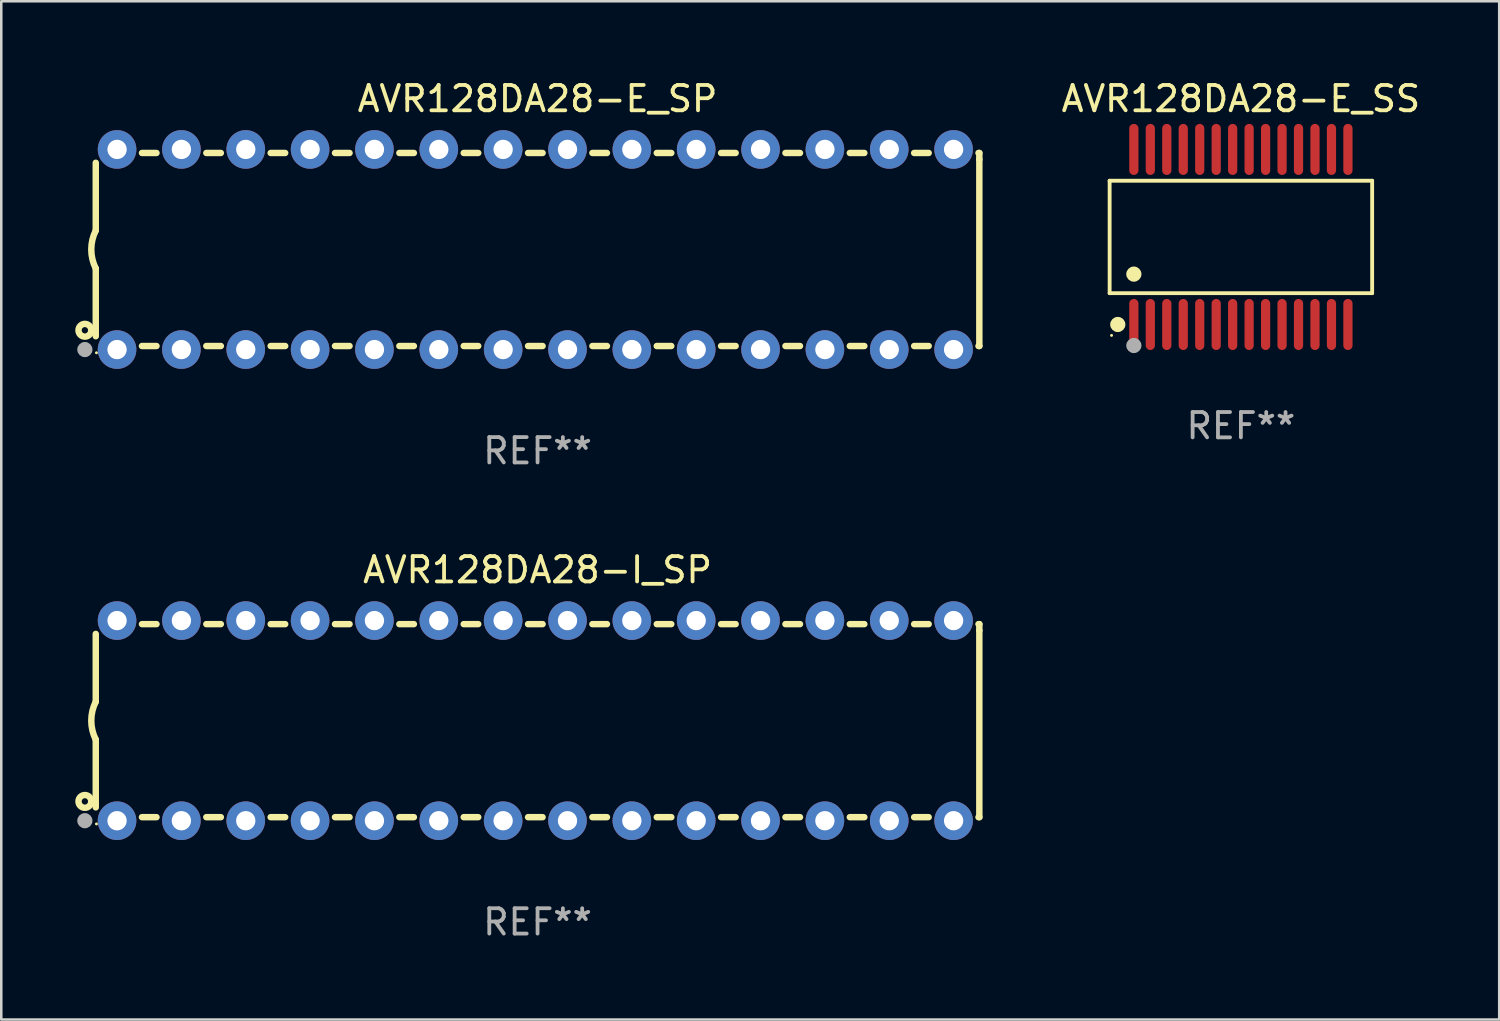
<source format=kicad_pcb>
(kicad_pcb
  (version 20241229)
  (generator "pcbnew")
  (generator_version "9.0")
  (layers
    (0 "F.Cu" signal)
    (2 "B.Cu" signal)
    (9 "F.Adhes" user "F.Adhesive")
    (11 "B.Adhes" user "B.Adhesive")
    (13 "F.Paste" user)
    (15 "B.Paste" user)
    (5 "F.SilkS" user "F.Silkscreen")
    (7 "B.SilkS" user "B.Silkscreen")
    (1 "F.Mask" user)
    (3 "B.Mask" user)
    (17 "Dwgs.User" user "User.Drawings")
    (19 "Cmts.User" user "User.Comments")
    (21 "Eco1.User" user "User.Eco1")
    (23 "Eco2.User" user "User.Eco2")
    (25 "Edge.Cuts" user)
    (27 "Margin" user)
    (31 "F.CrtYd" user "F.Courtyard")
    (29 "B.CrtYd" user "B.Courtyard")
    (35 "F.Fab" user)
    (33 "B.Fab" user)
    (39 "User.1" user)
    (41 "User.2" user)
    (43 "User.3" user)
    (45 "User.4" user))
  (footprint "AVR128DA28-E_SP"
    (layer "F.Cu")
    (at 18.168 6.798)
    (property "Reference" "AVR128DA28-E_SP" (at 0 -5.95 0) (layer "F.SilkS") (effects (font (size 1 1) (thickness 0.15))))
    (attr through_hole)
    (fp_line (start -17.438 0.75) (end -17.438 3.423) (stroke (width 0.254) (type solid)) (layer "F.SilkS"))
    (fp_line (start -17.438 -3.423) (end -17.438 -0.75) (stroke (width 0.254) (type solid)) (layer "F.SilkS"))
    (fp_line (start -15.615 3.81) (end -15.041 3.81) (stroke (width 0.254) (type solid)) (layer "F.SilkS"))
    (fp_line (start -15.041 -3.81) (end -15.614 -3.81) (stroke (width 0.254) (type solid)) (layer "F.SilkS"))
    (fp_line (start -13.075 3.81) (end -12.501 3.81) (stroke (width 0.254) (type solid)) (layer "F.SilkS"))
    (fp_line (start -12.501 -3.81) (end -13.074 -3.81) (stroke (width 0.254) (type solid)) (layer "F.SilkS"))
    (fp_line (start -10.535 3.81) (end -9.961 3.81) (stroke (width 0.254) (type solid)) (layer "F.SilkS"))
    (fp_line (start -9.961 -3.81) (end -10.534 -3.81) (stroke (width 0.254) (type solid)) (layer "F.SilkS"))
    (fp_line (start -7.995 3.81) (end -7.421 3.81) (stroke (width 0.254) (type solid)) (layer "F.SilkS"))
    (fp_line (start -7.421 -3.81) (end -7.995 -3.81) (stroke (width 0.254) (type solid)) (layer "F.SilkS"))
    (fp_line (start -5.455 3.81) (end -4.881 3.81) (stroke (width 0.254) (type solid)) (layer "F.SilkS"))
    (fp_line (start -4.881 -3.81) (end -5.455 -3.81) (stroke (width 0.254) (type solid)) (layer "F.SilkS"))
    (fp_line (start -2.915 3.81) (end -2.341 3.81) (stroke (width 0.254) (type solid)) (layer "F.SilkS"))
    (fp_line (start -2.341 -3.81) (end -2.915 -3.81) (stroke (width 0.254) (type solid)) (layer "F.SilkS"))
    (fp_line (start -0.375 3.81) (end 0.199 3.81) (stroke (width 0.254) (type solid)) (layer "F.SilkS"))
    (fp_line (start 0.199 -3.81) (end -0.375 -3.81) (stroke (width 0.254) (type solid)) (layer "F.SilkS"))
    (fp_line (start 2.165 3.81) (end 2.739 3.81) (stroke (width 0.254) (type solid)) (layer "F.SilkS"))
    (fp_line (start 2.739 -3.81) (end 2.165 -3.81) (stroke (width 0.254) (type solid)) (layer "F.SilkS"))
    (fp_line (start 4.705 3.81) (end 5.279 3.81) (stroke (width 0.254) (type solid)) (layer "F.SilkS"))
    (fp_line (start 5.279 -3.81) (end 4.705 -3.81) (stroke (width 0.254) (type solid)) (layer "F.SilkS"))
    (fp_line (start 7.245 3.81) (end 7.819 3.81) (stroke (width 0.254) (type solid)) (layer "F.SilkS"))
    (fp_line (start 7.819 -3.81) (end 7.245 -3.81) (stroke (width 0.254) (type solid)) (layer "F.SilkS"))
    (fp_line (start 9.785 3.81) (end 10.359 3.81) (stroke (width 0.254) (type solid)) (layer "F.SilkS"))
    (fp_line (start 10.359 -3.81) (end 9.785 -3.81) (stroke (width 0.254) (type solid)) (layer "F.SilkS"))
    (fp_line (start 12.325 3.81) (end 12.899 3.81) (stroke (width 0.254) (type solid)) (layer "F.SilkS"))
    (fp_line (start 12.899 -3.81) (end 12.325 -3.81) (stroke (width 0.254) (type solid)) (layer "F.SilkS"))
    (fp_line (start 14.865 3.81) (end 15.439 3.81) (stroke (width 0.254) (type solid)) (layer "F.SilkS"))
    (fp_line (start 15.439 -3.81) (end 14.865 -3.81) (stroke (width 0.254) (type solid)) (layer "F.SilkS"))
    (fp_line (start 17.405 3.81) (end 17.438 3.81) (stroke (width 0.254) (type solid)) (layer "F.SilkS"))
    (fp_line (start 17.438 -3.81) (end 17.405 -3.81) (stroke (width 0.254) (type solid)) (layer "F.SilkS"))
    (fp_line (start 17.438 -3.556) (end 17.438 -3.81) (stroke (width 0.254) (type solid)) (layer "F.SilkS"))
    (fp_line (start 17.438 3.81) (end 17.438 -3.556) (stroke (width 0.254) (type solid)) (layer "F.SilkS"))
    (fp_arc (start -17.437986 0.749657) (mid -17.614887 -0.000024) (end -17.437783 -0.749657) (stroke (width 0.254001) (type solid)) (layer "F.SilkS"))
    (fp_circle (center -17.868 3.188) (end -17.743 3.188) (stroke (width 0.254) (type solid)) (fill no) (layer "F.SilkS"))
    (fp_circle (center -17.411 4.077) (end -17.381 4.077) (stroke (width 0.06) (type solid)) (fill no) (layer "F.SilkS"))
    (fp_circle (center -17.868 3.95) (end -17.718 3.95) (stroke (width 0.3) (type solid)) (fill no) (layer "F.Fab"))
    (fp_text user "REF**" (at 0 7.95 0) (layer "F.Fab") (effects (font (size 1 1) (thickness 0.15))))
    (pad "1" thru_hole circle (at -16.598 3.95) (size 1.524 1.524) (drill 0.762) (layers "*.Cu" "*.Mask"))
    (pad "2" thru_hole circle (at -14.058 3.95) (size 1.524 1.524) (drill 0.762) (layers "*.Cu" "*.Mask"))
    (pad "3" thru_hole circle (at -11.518 3.95) (size 1.524 1.524) (drill 0.762) (layers "*.Cu" "*.Mask"))
    (pad "4" thru_hole circle (at -8.978 3.95) (size 1.524 1.524) (drill 0.762) (layers "*.Cu" "*.Mask"))
    (pad "5" thru_hole circle (at -6.438 3.95) (size 1.524 1.524) (drill 0.762) (layers "*.Cu" "*.Mask"))
    (pad "6" thru_hole circle (at -3.898 3.95) (size 1.524 1.524) (drill 0.762) (layers "*.Cu" "*.Mask"))
    (pad "7" thru_hole circle (at -1.358 3.95) (size 1.524 1.524) (drill 0.762) (layers "*.Cu" "*.Mask"))
    (pad "8" thru_hole circle (at 1.182 3.95) (size 1.524 1.524) (drill 0.762) (layers "*.Cu" "*.Mask"))
    (pad "9" thru_hole circle (at 3.722 3.95) (size 1.524 1.524) (drill 0.762) (layers "*.Cu" "*.Mask"))
    (pad "10" thru_hole circle (at 6.262 3.95) (size 1.524 1.524) (drill 0.762) (layers "*.Cu" "*.Mask"))
    (pad "11" thru_hole circle (at 8.802 3.95) (size 1.524 1.524) (drill 0.762) (layers "*.Cu" "*.Mask"))
    (pad "12" thru_hole circle (at 11.342 3.95) (size 1.524 1.524) (drill 0.762) (layers "*.Cu" "*.Mask"))
    (pad "13" thru_hole circle (at 13.882 3.95) (size 1.524 1.524) (drill 0.762) (layers "*.Cu" "*.Mask"))
    (pad "14" thru_hole circle (at 16.422 3.95) (size 1.524 1.524) (drill 0.762) (layers "*.Cu" "*.Mask"))
    (pad "15" thru_hole circle (at 16.422 -3.95) (size 1.524 1.524) (drill 0.762) (layers "*.Cu" "*.Mask"))
    (pad "16" thru_hole circle (at 13.882 -3.95) (size 1.524 1.524) (drill 0.762) (layers "*.Cu" "*.Mask"))
    (pad "17" thru_hole circle (at 11.342 -3.95) (size 1.524 1.524) (drill 0.762) (layers "*.Cu" "*.Mask"))
    (pad "18" thru_hole circle (at 8.802 -3.95) (size 1.524 1.524) (drill 0.762) (layers "*.Cu" "*.Mask"))
    (pad "19" thru_hole circle (at 6.262 -3.95) (size 1.524 1.524) (drill 0.762) (layers "*.Cu" "*.Mask"))
    (pad "20" thru_hole circle (at 3.722 -3.95) (size 1.524 1.524) (drill 0.762) (layers "*.Cu" "*.Mask"))
    (pad "21" thru_hole circle (at 1.182 -3.95) (size 1.524 1.524) (drill 0.762) (layers "*.Cu" "*.Mask"))
    (pad "22" thru_hole circle (at -1.358 -3.95) (size 1.524 1.524) (drill 0.762) (layers "*.Cu" "*.Mask"))
    (pad "23" thru_hole circle (at -3.898 -3.95) (size 1.524 1.524) (drill 0.762) (layers "*.Cu" "*.Mask"))
    (pad "24" thru_hole circle (at -6.438 -3.95) (size 1.524 1.524) (drill 0.762) (layers "*.Cu" "*.Mask"))
    (pad "25" thru_hole circle (at -8.978 -3.95) (size 1.524 1.524) (drill 0.762) (layers "*.Cu" "*.Mask"))
    (pad "26" thru_hole circle (at -11.517 -3.95) (size 1.524 1.524) (drill 0.762) (layers "*.Cu" "*.Mask"))
    (pad "27" thru_hole circle (at -14.057 -3.95) (size 1.524 1.524) (drill 0.762) (layers "*.Cu" "*.Mask"))
    (pad "28" thru_hole circle (at -16.597 -3.95) (size 1.524 1.524) (drill 0.762) (layers "*.Cu" "*.Mask")))
  (footprint "AVR128DA28-I_SP"
    (layer "F.Cu")
    (at 18.168 25.395)
    (property "Reference" "AVR128DA28-I_SP" (at 0 -5.95 0) (layer "F.SilkS") (effects (font (size 1 1) (thickness 0.15))))
    (attr through_hole)
    (fp_line (start -17.438 0.75) (end -17.438 3.423) (stroke (width 0.254) (type solid)) (layer "F.SilkS"))
    (fp_line (start -17.438 -3.423) (end -17.438 -0.75) (stroke (width 0.254) (type solid)) (layer "F.SilkS"))
    (fp_line (start -15.615 3.81) (end -15.041 3.81) (stroke (width 0.254) (type solid)) (layer "F.SilkS"))
    (fp_line (start -15.041 -3.81) (end -15.614 -3.81) (stroke (width 0.254) (type solid)) (layer "F.SilkS"))
    (fp_line (start -13.075 3.81) (end -12.501 3.81) (stroke (width 0.254) (type solid)) (layer "F.SilkS"))
    (fp_line (start -12.501 -3.81) (end -13.074 -3.81) (stroke (width 0.254) (type solid)) (layer "F.SilkS"))
    (fp_line (start -10.535 3.81) (end -9.961 3.81) (stroke (width 0.254) (type solid)) (layer "F.SilkS"))
    (fp_line (start -9.961 -3.81) (end -10.534 -3.81) (stroke (width 0.254) (type solid)) (layer "F.SilkS"))
    (fp_line (start -7.995 3.81) (end -7.421 3.81) (stroke (width 0.254) (type solid)) (layer "F.SilkS"))
    (fp_line (start -7.421 -3.81) (end -7.995 -3.81) (stroke (width 0.254) (type solid)) (layer "F.SilkS"))
    (fp_line (start -5.455 3.81) (end -4.881 3.81) (stroke (width 0.254) (type solid)) (layer "F.SilkS"))
    (fp_line (start -4.881 -3.81) (end -5.455 -3.81) (stroke (width 0.254) (type solid)) (layer "F.SilkS"))
    (fp_line (start -2.915 3.81) (end -2.341 3.81) (stroke (width 0.254) (type solid)) (layer "F.SilkS"))
    (fp_line (start -2.341 -3.81) (end -2.915 -3.81) (stroke (width 0.254) (type solid)) (layer "F.SilkS"))
    (fp_line (start -0.375 3.81) (end 0.199 3.81) (stroke (width 0.254) (type solid)) (layer "F.SilkS"))
    (fp_line (start 0.199 -3.81) (end -0.375 -3.81) (stroke (width 0.254) (type solid)) (layer "F.SilkS"))
    (fp_line (start 2.165 3.81) (end 2.739 3.81) (stroke (width 0.254) (type solid)) (layer "F.SilkS"))
    (fp_line (start 2.739 -3.81) (end 2.165 -3.81) (stroke (width 0.254) (type solid)) (layer "F.SilkS"))
    (fp_line (start 4.705 3.81) (end 5.279 3.81) (stroke (width 0.254) (type solid)) (layer "F.SilkS"))
    (fp_line (start 5.279 -3.81) (end 4.705 -3.81) (stroke (width 0.254) (type solid)) (layer "F.SilkS"))
    (fp_line (start 7.245 3.81) (end 7.819 3.81) (stroke (width 0.254) (type solid)) (layer "F.SilkS"))
    (fp_line (start 7.819 -3.81) (end 7.245 -3.81) (stroke (width 0.254) (type solid)) (layer "F.SilkS"))
    (fp_line (start 9.785 3.81) (end 10.359 3.81) (stroke (width 0.254) (type solid)) (layer "F.SilkS"))
    (fp_line (start 10.359 -3.81) (end 9.785 -3.81) (stroke (width 0.254) (type solid)) (layer "F.SilkS"))
    (fp_line (start 12.325 3.81) (end 12.899 3.81) (stroke (width 0.254) (type solid)) (layer "F.SilkS"))
    (fp_line (start 12.899 -3.81) (end 12.325 -3.81) (stroke (width 0.254) (type solid)) (layer "F.SilkS"))
    (fp_line (start 14.865 3.81) (end 15.439 3.81) (stroke (width 0.254) (type solid)) (layer "F.SilkS"))
    (fp_line (start 15.439 -3.81) (end 14.865 -3.81) (stroke (width 0.254) (type solid)) (layer "F.SilkS"))
    (fp_line (start 17.405 3.81) (end 17.438 3.81) (stroke (width 0.254) (type solid)) (layer "F.SilkS"))
    (fp_line (start 17.438 -3.81) (end 17.405 -3.81) (stroke (width 0.254) (type solid)) (layer "F.SilkS"))
    (fp_line (start 17.438 -3.556) (end 17.438 -3.81) (stroke (width 0.254) (type solid)) (layer "F.SilkS"))
    (fp_line (start 17.438 3.81) (end 17.438 -3.556) (stroke (width 0.254) (type solid)) (layer "F.SilkS"))
    (fp_arc (start -17.437986 0.749657) (mid -17.614887 -0.000024) (end -17.437783 -0.749657) (stroke (width 0.254001) (type solid)) (layer "F.SilkS"))
    (fp_circle (center -17.868 3.188) (end -17.743 3.188) (stroke (width 0.254) (type solid)) (fill no) (layer "F.SilkS"))
    (fp_circle (center -17.411 4.077) (end -17.381 4.077) (stroke (width 0.06) (type solid)) (fill no) (layer "F.SilkS"))
    (fp_circle (center -17.868 3.95) (end -17.718 3.95) (stroke (width 0.3) (type solid)) (fill no) (layer "F.Fab"))
    (fp_text user "REF**" (at 0 7.95 0) (layer "F.Fab") (effects (font (size 1 1) (thickness 0.15))))
    (pad "1" thru_hole circle (at -16.598 3.95) (size 1.524 1.524) (drill 0.762) (layers "*.Cu" "*.Mask"))
    (pad "2" thru_hole circle (at -14.058 3.95) (size 1.524 1.524) (drill 0.762) (layers "*.Cu" "*.Mask"))
    (pad "3" thru_hole circle (at -11.518 3.95) (size 1.524 1.524) (drill 0.762) (layers "*.Cu" "*.Mask"))
    (pad "4" thru_hole circle (at -8.978 3.95) (size 1.524 1.524) (drill 0.762) (layers "*.Cu" "*.Mask"))
    (pad "5" thru_hole circle (at -6.438 3.95) (size 1.524 1.524) (drill 0.762) (layers "*.Cu" "*.Mask"))
    (pad "6" thru_hole circle (at -3.898 3.95) (size 1.524 1.524) (drill 0.762) (layers "*.Cu" "*.Mask"))
    (pad "7" thru_hole circle (at -1.358 3.95) (size 1.524 1.524) (drill 0.762) (layers "*.Cu" "*.Mask"))
    (pad "8" thru_hole circle (at 1.182 3.95) (size 1.524 1.524) (drill 0.762) (layers "*.Cu" "*.Mask"))
    (pad "9" thru_hole circle (at 3.722 3.95) (size 1.524 1.524) (drill 0.762) (layers "*.Cu" "*.Mask"))
    (pad "10" thru_hole circle (at 6.262 3.95) (size 1.524 1.524) (drill 0.762) (layers "*.Cu" "*.Mask"))
    (pad "11" thru_hole circle (at 8.802 3.95) (size 1.524 1.524) (drill 0.762) (layers "*.Cu" "*.Mask"))
    (pad "12" thru_hole circle (at 11.342 3.95) (size 1.524 1.524) (drill 0.762) (layers "*.Cu" "*.Mask"))
    (pad "13" thru_hole circle (at 13.882 3.95) (size 1.524 1.524) (drill 0.762) (layers "*.Cu" "*.Mask"))
    (pad "14" thru_hole circle (at 16.422 3.95) (size 1.524 1.524) (drill 0.762) (layers "*.Cu" "*.Mask"))
    (pad "15" thru_hole circle (at 16.422 -3.95) (size 1.524 1.524) (drill 0.762) (layers "*.Cu" "*.Mask"))
    (pad "16" thru_hole circle (at 13.882 -3.95) (size 1.524 1.524) (drill 0.762) (layers "*.Cu" "*.Mask"))
    (pad "17" thru_hole circle (at 11.342 -3.95) (size 1.524 1.524) (drill 0.762) (layers "*.Cu" "*.Mask"))
    (pad "18" thru_hole circle (at 8.802 -3.95) (size 1.524 1.524) (drill 0.762) (layers "*.Cu" "*.Mask"))
    (pad "19" thru_hole circle (at 6.262 -3.95) (size 1.524 1.524) (drill 0.762) (layers "*.Cu" "*.Mask"))
    (pad "20" thru_hole circle (at 3.722 -3.95) (size 1.524 1.524) (drill 0.762) (layers "*.Cu" "*.Mask"))
    (pad "21" thru_hole circle (at 1.182 -3.95) (size 1.524 1.524) (drill 0.762) (layers "*.Cu" "*.Mask"))
    (pad "22" thru_hole circle (at -1.358 -3.95) (size 1.524 1.524) (drill 0.762) (layers "*.Cu" "*.Mask"))
    (pad "23" thru_hole circle (at -3.898 -3.95) (size 1.524 1.524) (drill 0.762) (layers "*.Cu" "*.Mask"))
    (pad "24" thru_hole circle (at -6.438 -3.95) (size 1.524 1.524) (drill 0.762) (layers "*.Cu" "*.Mask"))
    (pad "25" thru_hole circle (at -8.978 -3.95) (size 1.524 1.524) (drill 0.762) (layers "*.Cu" "*.Mask"))
    (pad "26" thru_hole circle (at -11.517 -3.95) (size 1.524 1.524) (drill 0.762) (layers "*.Cu" "*.Mask"))
    (pad "27" thru_hole circle (at -14.057 -3.95) (size 1.524 1.524) (drill 0.762) (layers "*.Cu" "*.Mask"))
    (pad "28" thru_hole circle (at -16.597 -3.95) (size 1.524 1.524) (drill 0.762) (layers "*.Cu" "*.Mask")))
  (footprint "AVR128DA28-E_SS"
    (layer "F.Cu")
    (at 45.93 6.303)
    (property "Reference" "AVR128DA28-E_SS" (at 0 -5.455 0) (layer "F.SilkS") (effects (font (size 1 1) (thickness 0.15))))
    (attr through_hole)
    (fp_line (start -5.181 -2.219) (end 5.181 -2.219) (stroke (width 0.152) (type solid)) (layer "F.SilkS"))
    (fp_line (start -5.181 2.219) (end -5.181 -2.219) (stroke (width 0.152) (type solid)) (layer "F.SilkS"))
    (fp_line (start 5.181 -2.219) (end 5.181 2.219) (stroke (width 0.152) (type solid)) (layer "F.SilkS"))
    (fp_line (start 5.181 2.219) (end -5.181 2.219) (stroke (width 0.152) (type solid)) (layer "F.SilkS"))
    (fp_circle (center -5.105 3.885) (end -5.075 3.885) (stroke (width 0.06) (type solid)) (fill no) (layer "F.SilkS"))
    (fp_circle (center -4.859 3.455) (end -4.709 3.455) (stroke (width 0.3) (type solid)) (fill no) (layer "F.SilkS"))
    (fp_circle (center -4.225 1.467) (end -4.075 1.467) (stroke (width 0.3) (type solid)) (fill no) (layer "F.SilkS"))
    (fp_circle (center -4.225 4.285) (end -4.075 4.285) (stroke (width 0.3) (type solid)) (fill no) (layer "F.Fab"))
    (fp_text user "REF**" (at 0 7.455 0) (layer "F.Fab") (effects (font (size 1 1) (thickness 0.15))))
    (pad "1" smd oval (at -4.225 3.455) (size 0.364 2.015) (layers "F.Cu" "F.Mask" "F.Paste"))
    (pad "2" smd oval (at -3.575 3.455) (size 0.364 2.015) (layers "F.Cu" "F.Mask" "F.Paste"))
    (pad "3" smd oval (at -2.925 3.455) (size 0.364 2.015) (layers "F.Cu" "F.Mask" "F.Paste"))
    (pad "4" smd oval (at -2.275 3.455) (size 0.364 2.015) (layers "F.Cu" "F.Mask" "F.Paste"))
    (pad "5" smd oval (at -1.625 3.455) (size 0.364 2.015) (layers "F.Cu" "F.Mask" "F.Paste"))
    (pad "6" smd oval (at -0.975 3.455) (size 0.364 2.015) (layers "F.Cu" "F.Mask" "F.Paste"))
    (pad "7" smd oval (at -0.325 3.455) (size 0.364 2.015) (layers "F.Cu" "F.Mask" "F.Paste"))
    (pad "8" smd oval (at 0.325 3.455) (size 0.364 2.015) (layers "F.Cu" "F.Mask" "F.Paste"))
    (pad "9" smd oval (at 0.975 3.455) (size 0.364 2.015) (layers "F.Cu" "F.Mask" "F.Paste"))
    (pad "10" smd oval (at 1.625 3.455) (size 0.364 2.015) (layers "F.Cu" "F.Mask" "F.Paste"))
    (pad "11" smd oval (at 2.275 3.455) (size 0.364 2.015) (layers "F.Cu" "F.Mask" "F.Paste"))
    (pad "12" smd oval (at 2.925 3.455) (size 0.364 2.015) (layers "F.Cu" "F.Mask" "F.Paste"))
    (pad "13" smd oval (at 3.575 3.455) (size 0.364 2.015) (layers "F.Cu" "F.Mask" "F.Paste"))
    (pad "14" smd oval (at 4.225 3.455) (size 0.364 2.015) (layers "F.Cu" "F.Mask" "F.Paste"))
    (pad "15" smd oval (at 4.225 -3.455) (size 0.364 2.015) (layers "F.Cu" "F.Mask" "F.Paste"))
    (pad "16" smd oval (at 3.575 -3.455) (size 0.364 2.015) (layers "F.Cu" "F.Mask" "F.Paste"))
    (pad "17" smd oval (at 2.925 -3.455) (size 0.364 2.015) (layers "F.Cu" "F.Mask" "F.Paste"))
    (pad "18" smd oval (at 2.275 -3.455) (size 0.364 2.015) (layers "F.Cu" "F.Mask" "F.Paste"))
    (pad "19" smd oval (at 1.625 -3.455) (size 0.364 2.015) (layers "F.Cu" "F.Mask" "F.Paste"))
    (pad "20" smd oval (at 0.975 -3.455) (size 0.364 2.015) (layers "F.Cu" "F.Mask" "F.Paste"))
    (pad "21" smd oval (at 0.325 -3.455) (size 0.364 2.015) (layers "F.Cu" "F.Mask" "F.Paste"))
    (pad "22" smd oval (at -0.325 -3.455) (size 0.364 2.015) (layers "F.Cu" "F.Mask" "F.Paste"))
    (pad "23" smd oval (at -0.975 -3.455) (size 0.364 2.015) (layers "F.Cu" "F.Mask" "F.Paste"))
    (pad "24" smd oval (at -1.625 -3.455) (size 0.364 2.015) (layers "F.Cu" "F.Mask" "F.Paste"))
    (pad "25" smd oval (at -2.275 -3.455) (size 0.364 2.015) (layers "F.Cu" "F.Mask" "F.Paste"))
    (pad "26" smd oval (at -2.925 -3.455) (size 0.364 2.015) (layers "F.Cu" "F.Mask" "F.Paste"))
    (pad "27" smd oval (at -3.575 -3.455) (size 0.364 2.015) (layers "F.Cu" "F.Mask" "F.Paste"))
    (pad "28" smd oval (at -4.225 -3.455) (size 0.364 2.015) (layers "F.Cu" "F.Mask" "F.Paste")))
  (gr_rect
    (start -3 -3)
    (end 56.126 37.193)
    (stroke (width 0.1) (type default))
    (fill no)
    (layer "Edge.Cuts")))
</source>
